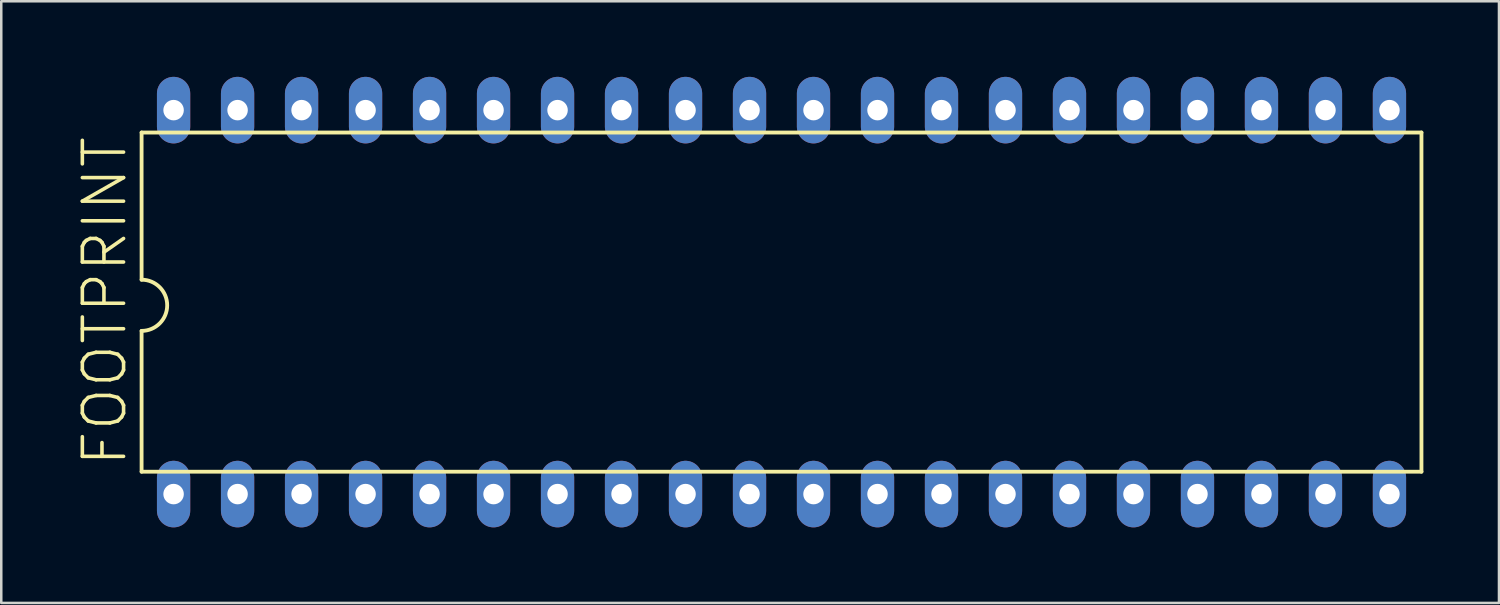
<source format=kicad_pcb>
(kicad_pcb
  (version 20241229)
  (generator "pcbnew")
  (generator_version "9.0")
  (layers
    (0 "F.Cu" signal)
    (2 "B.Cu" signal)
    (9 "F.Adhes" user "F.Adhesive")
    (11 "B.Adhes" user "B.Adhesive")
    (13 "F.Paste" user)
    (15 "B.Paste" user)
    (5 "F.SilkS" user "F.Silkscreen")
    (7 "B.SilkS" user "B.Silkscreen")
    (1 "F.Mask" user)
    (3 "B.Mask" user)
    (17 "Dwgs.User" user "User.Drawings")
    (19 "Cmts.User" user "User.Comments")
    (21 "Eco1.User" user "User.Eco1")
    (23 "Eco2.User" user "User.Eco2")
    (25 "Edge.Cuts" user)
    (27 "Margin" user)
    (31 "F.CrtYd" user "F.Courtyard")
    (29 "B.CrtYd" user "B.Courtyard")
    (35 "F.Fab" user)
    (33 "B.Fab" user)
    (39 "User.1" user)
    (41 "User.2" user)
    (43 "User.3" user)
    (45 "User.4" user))
  (footprint "FOOTPRINT"
    (layer "F.Cu")
    (at 27.97 8.941)
    (property "Reference" "FOOTPRINT" (at -25.908 6.604 90) (layer "F.SilkS") (effects (font (size 1.636 1.636) (thickness 0.142)) (justify left bottom)))
    (fp_line (start -25.4 -6.731) (end -25.4 -0.889) (stroke (width 0.152) (type solid)) (layer "F.SilkS"))
    (fp_line (start -25.4 6.731) (end -25.4 1.143) (stroke (width 0.152) (type solid)) (layer "F.SilkS"))
    (fp_line (start -25.4 6.731) (end 25.4 6.731) (stroke (width 0.152) (type solid)) (layer "F.SilkS"))
    (fp_line (start 25.4 -6.731) (end -25.4 -6.731) (stroke (width 0.152) (type solid)) (layer "F.SilkS"))
    (fp_line (start 25.4 -6.731) (end 25.4 6.731) (stroke (width 0.152) (type solid)) (layer "F.SilkS"))
    (fp_arc (start -25.4 -0.889) (mid -24.384 0.127) (end -25.4 1.143) (stroke (width 0.1524) (type solid)) (layer "F.SilkS"))
    (pad "1" thru_hole oval (at -24.13 7.62 90) (size 2.642 1.321) (drill 0.813) (layers "*.Cu" "*.Mask"))
    (pad "2" thru_hole oval (at -21.59 7.62 90) (size 2.642 1.321) (drill 0.813) (layers "*.Cu" "*.Mask"))
    (pad "3" thru_hole oval (at -19.05 7.62 90) (size 2.642 1.321) (drill 0.813) (layers "*.Cu" "*.Mask"))
    (pad "4" thru_hole oval (at -16.51 7.62 90) (size 2.642 1.321) (drill 0.813) (layers "*.Cu" "*.Mask"))
    (pad "5" thru_hole oval (at -13.97 7.62 90) (size 2.642 1.321) (drill 0.813) (layers "*.Cu" "*.Mask"))
    (pad "6" thru_hole oval (at -11.43 7.62 90) (size 2.642 1.321) (drill 0.813) (layers "*.Cu" "*.Mask"))
    (pad "7" thru_hole oval (at -8.89 7.62 90) (size 2.642 1.321) (drill 0.813) (layers "*.Cu" "*.Mask"))
    (pad "8" thru_hole oval (at -6.35 7.62 90) (size 2.642 1.321) (drill 0.813) (layers "*.Cu" "*.Mask"))
    (pad "9" thru_hole oval (at -3.81 7.62 90) (size 2.642 1.321) (drill 0.813) (layers "*.Cu" "*.Mask"))
    (pad "10" thru_hole oval (at -1.27 7.62 90) (size 2.642 1.321) (drill 0.813) (layers "*.Cu" "*.Mask"))
    (pad "11" thru_hole oval (at 1.27 7.62 90) (size 2.642 1.321) (drill 0.813) (layers "*.Cu" "*.Mask"))
    (pad "12" thru_hole oval (at 3.81 7.62 90) (size 2.642 1.321) (drill 0.813) (layers "*.Cu" "*.Mask"))
    (pad "13" thru_hole oval (at 6.35 7.62 90) (size 2.642 1.321) (drill 0.813) (layers "*.Cu" "*.Mask"))
    (pad "14" thru_hole oval (at 8.89 7.62 90) (size 2.642 1.321) (drill 0.813) (layers "*.Cu" "*.Mask"))
    (pad "15" thru_hole oval (at 11.43 7.62 90) (size 2.642 1.321) (drill 0.813) (layers "*.Cu" "*.Mask"))
    (pad "16" thru_hole oval (at 13.97 7.62 90) (size 2.642 1.321) (drill 0.813) (layers "*.Cu" "*.Mask"))
    (pad "17" thru_hole oval (at 16.51 7.62 90) (size 2.642 1.321) (drill 0.813) (layers "*.Cu" "*.Mask"))
    (pad "18" thru_hole oval (at 19.05 7.62 90) (size 2.642 1.321) (drill 0.813) (layers "*.Cu" "*.Mask"))
    (pad "19" thru_hole oval (at 21.59 7.62 90) (size 2.642 1.321) (drill 0.813) (layers "*.Cu" "*.Mask"))
    (pad "20" thru_hole oval (at 24.13 7.62 90) (size 2.642 1.321) (drill 0.813) (layers "*.Cu" "*.Mask"))
    (pad "21" thru_hole oval (at 24.13 -7.62 90) (size 2.642 1.321) (drill 0.813) (layers "*.Cu" "*.Mask"))
    (pad "22" thru_hole oval (at 21.59 -7.62 90) (size 2.642 1.321) (drill 0.813) (layers "*.Cu" "*.Mask"))
    (pad "23" thru_hole oval (at 19.05 -7.62 90) (size 2.642 1.321) (drill 0.813) (layers "*.Cu" "*.Mask"))
    (pad "24" thru_hole oval (at 16.51 -7.62 90) (size 2.642 1.321) (drill 0.813) (layers "*.Cu" "*.Mask"))
    (pad "25" thru_hole oval (at 13.97 -7.62 90) (size 2.642 1.321) (drill 0.813) (layers "*.Cu" "*.Mask"))
    (pad "26" thru_hole oval (at 11.43 -7.62 90) (size 2.642 1.321) (drill 0.813) (layers "*.Cu" "*.Mask"))
    (pad "27" thru_hole oval (at 8.89 -7.62 90) (size 2.642 1.321) (drill 0.813) (layers "*.Cu" "*.Mask"))
    (pad "28" thru_hole oval (at 6.35 -7.62 90) (size 2.642 1.321) (drill 0.813) (layers "*.Cu" "*.Mask"))
    (pad "29" thru_hole oval (at 3.81 -7.62 90) (size 2.642 1.321) (drill 0.813) (layers "*.Cu" "*.Mask"))
    (pad "30" thru_hole oval (at 1.27 -7.62 90) (size 2.642 1.321) (drill 0.813) (layers "*.Cu" "*.Mask"))
    (pad "31" thru_hole oval (at -1.27 -7.62 90) (size 2.642 1.321) (drill 0.813) (layers "*.Cu" "*.Mask"))
    (pad "32" thru_hole oval (at -3.81 -7.62 90) (size 2.642 1.321) (drill 0.813) (layers "*.Cu" "*.Mask"))
    (pad "33" thru_hole oval (at -6.35 -7.62 90) (size 2.642 1.321) (drill 0.813) (layers "*.Cu" "*.Mask"))
    (pad "34" thru_hole oval (at -8.89 -7.62 90) (size 2.642 1.321) (drill 0.813) (layers "*.Cu" "*.Mask"))
    (pad "35" thru_hole oval (at -11.43 -7.62 90) (size 2.642 1.321) (drill 0.813) (layers "*.Cu" "*.Mask"))
    (pad "36" thru_hole oval (at -13.97 -7.62 90) (size 2.642 1.321) (drill 0.813) (layers "*.Cu" "*.Mask"))
    (pad "37" thru_hole oval (at -16.51 -7.62 90) (size 2.642 1.321) (drill 0.813) (layers "*.Cu" "*.Mask"))
    (pad "38" thru_hole oval (at -19.05 -7.62 90) (size 2.642 1.321) (drill 0.813) (layers "*.Cu" "*.Mask"))
    (pad "39" thru_hole oval (at -21.59 -7.62 90) (size 2.642 1.321) (drill 0.813) (layers "*.Cu" "*.Mask"))
    (pad "40" thru_hole oval (at -24.13 -7.62 90) (size 2.642 1.321) (drill 0.813) (layers "*.Cu" "*.Mask")))
  (gr_rect
    (start -3 -3)
    (end 56.447 20.882)
    (stroke (width 0.1) (type default))
    (fill no)
    (layer "Edge.Cuts")))
</source>
